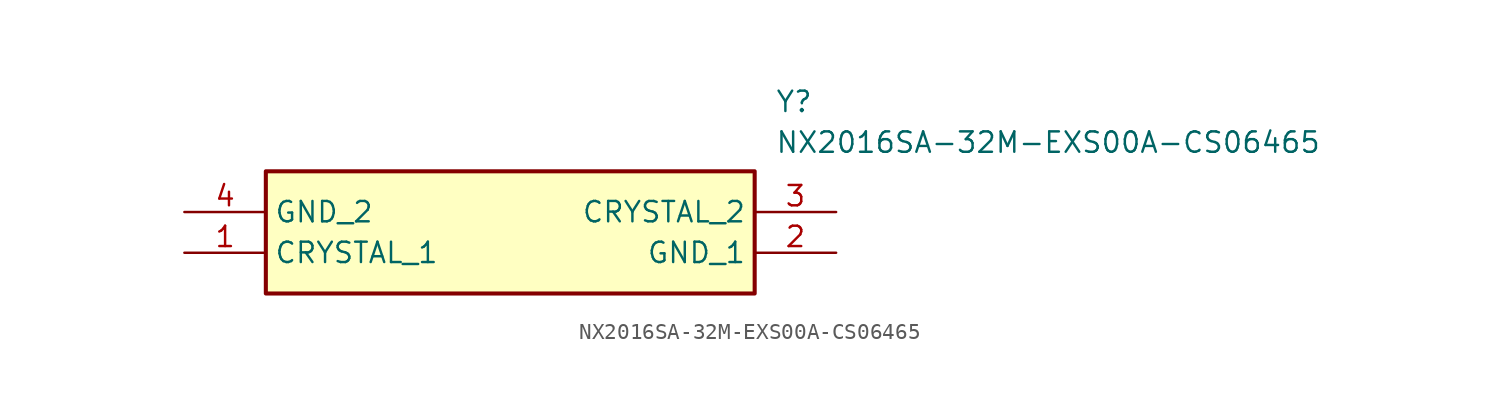
<source format=kicad_sym>
(kicad_symbol_lib
  (version 20211014)
  (generator SamacSys_ECAD_Model)
  (symbol "NX2016SA-32M-EXS00A-CS06465"
    (property "Reference" "Y"
      (at 36.83 7.62 0)
      (effects (font (size 1.27 1.27)) (justify left top)))
    (property "Value" "NX2016SA-32M-EXS00A-CS06465"
      (at 36.83 5.08 0)
      (effects (font (size 1.27 1.27)) (justify left top)))
    (rectangle
      (start 5.08 2.54)
      (end 35.56 -5.08)
      (stroke (width 0.254) (type default))
      (fill (type background)))
    (pin passive line
      (at 0 -2.54 0)
      (length 5.08)
      (name "CRYSTAL_1" (effects (font (size 1.27 1.27))))
      (number "1" (effects (font (size 1.27 1.27)))))
    (pin passive line
      (at 40.64 -2.54 180)
      (length 5.08)
      (name "GND_1" (effects (font (size 1.27 1.27))))
      (number "2" (effects (font (size 1.27 1.27)))))
    (pin passive line
      (at 40.64 0 180)
      (length 5.08)
      (name "CRYSTAL_2" (effects (font (size 1.27 1.27))))
      (number "3" (effects (font (size 1.27 1.27)))))
    (pin passive line
      (at 0 0 0)
      (length 5.08)
      (name "GND_2" (effects (font (size 1.27 1.27))))
      (number "4" (effects (font (size 1.27 1.27)))))))
</source>
